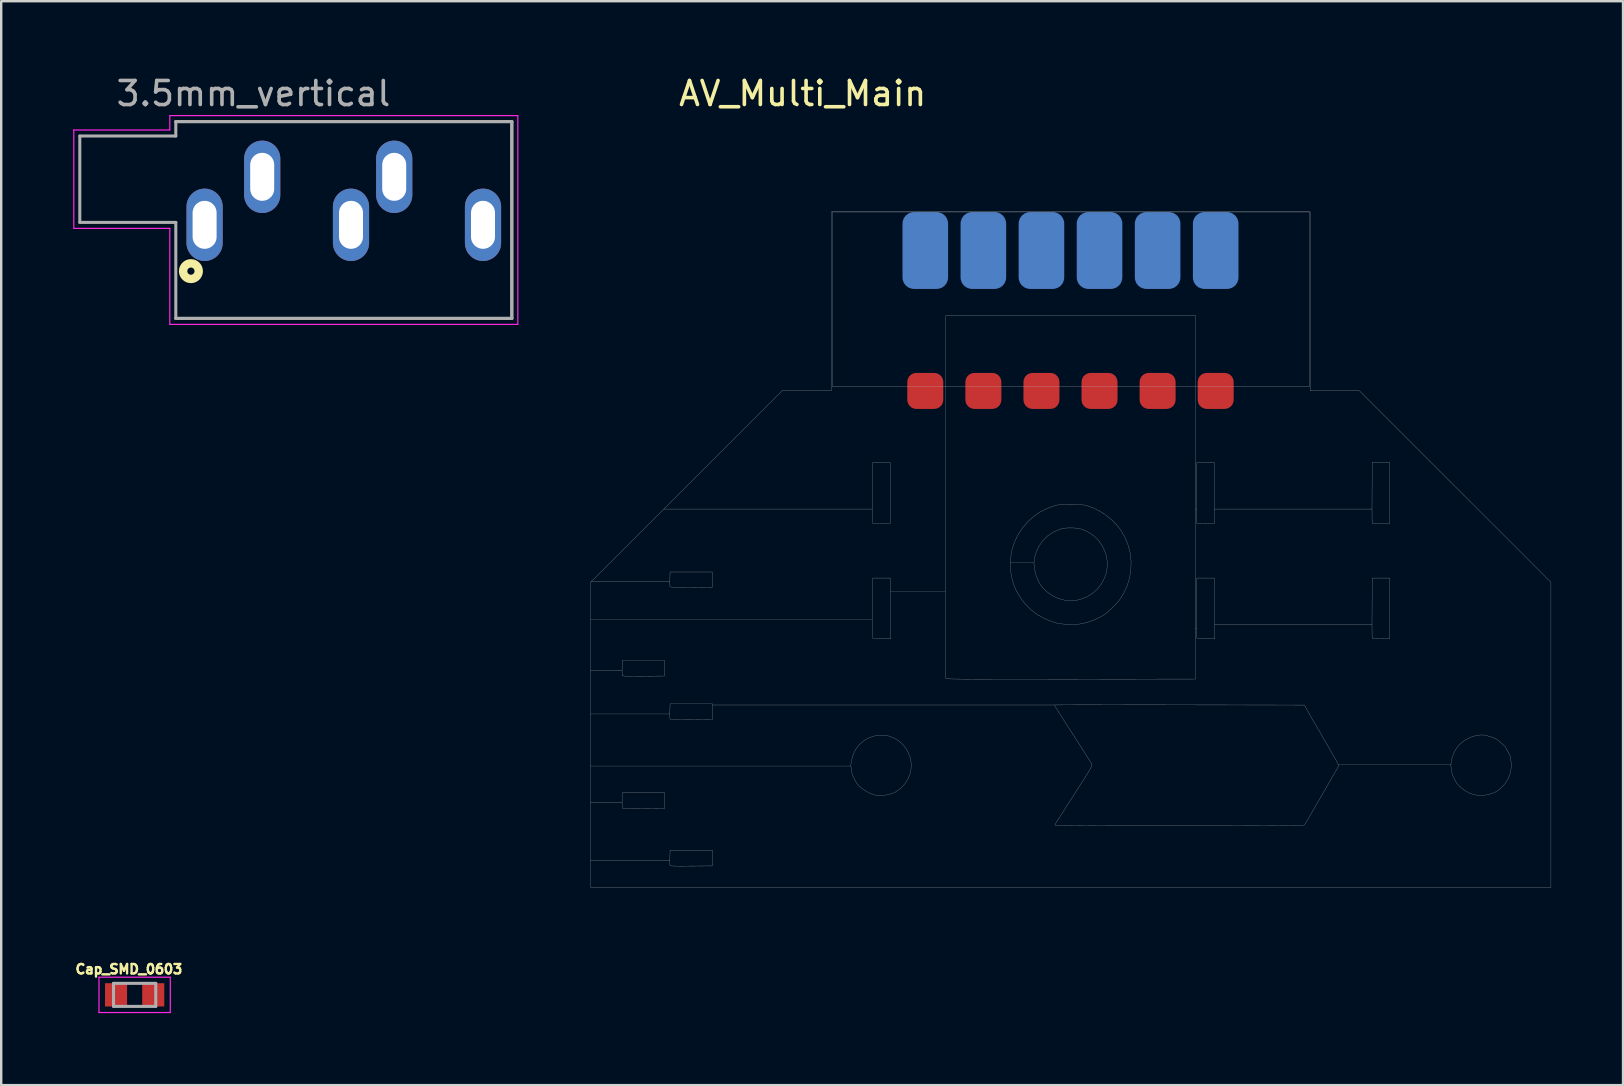
<source format=kicad_pcb>
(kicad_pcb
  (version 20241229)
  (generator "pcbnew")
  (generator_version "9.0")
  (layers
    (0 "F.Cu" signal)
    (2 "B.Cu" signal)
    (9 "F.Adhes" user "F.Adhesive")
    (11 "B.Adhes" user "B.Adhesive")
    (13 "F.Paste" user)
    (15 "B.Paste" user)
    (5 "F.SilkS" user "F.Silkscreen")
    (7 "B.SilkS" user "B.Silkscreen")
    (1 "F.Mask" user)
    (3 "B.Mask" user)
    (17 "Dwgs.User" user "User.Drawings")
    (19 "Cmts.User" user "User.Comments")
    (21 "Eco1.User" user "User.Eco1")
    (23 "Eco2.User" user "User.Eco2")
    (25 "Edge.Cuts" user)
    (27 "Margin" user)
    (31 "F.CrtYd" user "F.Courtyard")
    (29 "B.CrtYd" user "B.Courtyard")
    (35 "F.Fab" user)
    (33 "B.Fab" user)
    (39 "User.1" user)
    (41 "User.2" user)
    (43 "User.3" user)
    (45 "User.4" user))
  (footprint "3.5mm_vertical"
    (layer "F.Cu")
    (at 5.475 6.317)
    (property "Reference" "3.5mm_vertical" (at 2.035 -5.468 0) (layer "F.Fab") (effects (font (size 1.001 1.001) (thickness 0.15))))
    (attr through_hole)
    (fp_circle (center -0.57 1.93) (end -0.42 1.93) (stroke (width 0.35) (type solid)) (fill no) (layer "F.SilkS"))
    (fp_line (start -5.45 -3.95) (end -1.45 -3.95) (stroke (width 0.05) (type solid)) (layer "F.CrtYd"))
    (fp_line (start -5.45 0.15) (end -5.45 -3.95) (stroke (width 0.05) (type solid)) (layer "F.CrtYd"))
    (fp_line (start -1.45 -4.55) (end 13.05 -4.55) (stroke (width 0.05) (type solid)) (layer "F.CrtYd"))
    (fp_line (start -1.45 -3.95) (end -1.45 -4.55) (stroke (width 0.05) (type solid)) (layer "F.CrtYd"))
    (fp_line (start -1.45 0.15) (end -5.45 0.15) (stroke (width 0.05) (type solid)) (layer "F.CrtYd"))
    (fp_line (start -1.45 4.15) (end -1.45 0.15) (stroke (width 0.05) (type solid)) (layer "F.CrtYd"))
    (fp_line (start 13.05 -4.55) (end 13.05 4.15) (stroke (width 0.05) (type solid)) (layer "F.CrtYd"))
    (fp_line (start 13.05 4.15) (end -1.45 4.15) (stroke (width 0.05) (type solid)) (layer "F.CrtYd"))
    (fp_line (start -5.2 -3.7) (end -1.2 -3.7) (stroke (width 0.127) (type solid)) (layer "F.Fab"))
    (fp_line (start -5.2 -0.1) (end -5.2 -3.7) (stroke (width 0.127) (type solid)) (layer "F.Fab"))
    (fp_line (start -1.2 -4.3) (end 12.8 -4.3) (stroke (width 0.127) (type solid)) (layer "F.Fab"))
    (fp_line (start -1.2 -4.3) (end 12.8 -4.3) (stroke (width 0.127) (type solid)) (layer "F.Fab"))
    (fp_line (start -1.2 -3.7) (end -1.2 -4.3) (stroke (width 0.127) (type solid)) (layer "F.Fab"))
    (fp_line (start -1.2 -0.1) (end -5.2 -0.1) (stroke (width 0.127) (type solid)) (layer "F.Fab"))
    (fp_line (start -1.2 3.9) (end -1.2 -0.1) (stroke (width 0.127) (type solid)) (layer "F.Fab"))
    (fp_line (start 12.8 -4.3) (end 12.8 3.9) (stroke (width 0.127) (type solid)) (layer "F.Fab"))
    (fp_line (start 12.8 -4.3) (end 12.8 3.9) (stroke (width 0.127) (type solid)) (layer "F.Fab"))
    (fp_line (start 12.8 3.9) (end -1.2 3.9) (stroke (width 0.127) (type solid)) (layer "F.Fab"))
    (fp_line (start 12.8 3.9) (end -1.2 3.9) (stroke (width 0.127) (type solid)) (layer "F.Fab"))
    (pad "1" thru_hole oval (at 0 0) (size 1.508 3.016) (drill oval 1 2) (layers "*.Cu" "*.Mask"))
    (pad "2" thru_hole oval (at 2.4 -2) (size 1.508 3.016) (drill oval 1 2) (layers "*.Cu" "*.Mask"))
    (pad "3" thru_hole oval (at 7.9 -2) (size 1.508 3.016) (drill oval 1 2) (layers "*.Cu" "*.Mask"))
    (pad "4" thru_hole oval (at 11.6 0) (size 1.508 3.016) (drill oval 1 2) (layers "*.Cu" "*.Mask"))
    (pad "5" thru_hole oval (at 6.1 0) (size 1.508 3.016) (drill oval 1 2) (layers "*.Cu" "*.Mask")))
  (footprint "AV_Multi_Main"
    (layer "F.Cu")
    (at 34.753 5.788)
    (property "Reference" "AV_Multi_Main" (at -4.36 -4.94 0) (layer "F.SilkS") (effects (font (size 1 1) (thickness 0.15))))
    (attr through_hole)
    (fp_poly (pts (xy 16.784 7.449) (xy 12.047 7.449) (xy 12.04 5.881) (xy 12.034 4.312) (xy 1.627 4.312) (xy 1.62 5.881) (xy 1.614 7.449) (xy -3.148 7.449) (xy -3.148 -0.009) (xy 16.784 -0.009) (xy 16.784 7.449)) (stroke (width 0.01) (type solid)) (fill no) (layer "Eco1.User"))
    (fp_poly (pts (xy 16.769 7.264) (xy -3.128 7.264) (xy -3.128 -0.004) (xy 16.769 -0.004) (xy 16.769 7.264)) (stroke (width 0.01) (type solid)) (fill no) (layer "F.Fab"))
    (fp_poly (pts (xy 7.004 12.176) (xy 7.159 12.181) (xy 7.289 12.193) (xy 7.404 12.213) (xy 7.518 12.244) (xy 7.642 12.287) (xy 7.755 12.331) (xy 8.015 12.457) (xy 8.272 12.624) (xy 8.515 12.822) (xy 8.732 13.041) (xy 8.912 13.273) (xy 8.914 13.278) (xy 9.084 13.577) (xy 9.209 13.894) (xy 9.289 14.223) (xy 9.325 14.56) (xy 9.316 14.898) (xy 9.263 15.233) (xy 9.166 15.559) (xy 9.024 15.87) (xy 8.863 16.129) (xy 8.781 16.233) (xy 8.671 16.354) (xy 8.547 16.481) (xy 8.419 16.601) (xy 8.299 16.704) (xy 8.213 16.769) (xy 8.019 16.884) (xy 7.796 16.988) (xy 7.56 17.074) (xy 7.33 17.136) (xy 7.167 17.164) (xy 7.087 17.173) (xy 7.03 17.181) (xy 7.012 17.184) (xy 6.983 17.185) (xy 6.914 17.183) (xy 6.813 17.179) (xy 6.69 17.174) (xy 6.646 17.171) (xy 6.492 17.163) (xy 6.372 17.152) (xy 6.272 17.136) (xy 6.177 17.112) (xy 6.071 17.079) (xy 6.054 17.073) (xy 5.71 16.933) (xy 5.402 16.759) (xy 5.129 16.548) (xy 4.89 16.301) (xy 4.714 16.066) (xy 4.567 15.822) (xy 4.458 15.584) (xy 4.377 15.333) (xy 4.326 15.096) (xy 4.29 14.754) (xy 4.295 14.605) (xy 5.278 14.605) (xy 5.293 14.847) (xy 5.352 15.098) (xy 5.454 15.351) (xy 5.464 15.37) (xy 5.532 15.497) (xy 5.6 15.598) (xy 5.68 15.69) (xy 5.784 15.789) (xy 5.833 15.831) (xy 6.038 15.977) (xy 6.268 16.088) (xy 6.512 16.16) (xy 6.761 16.192) (xy 7.007 16.181) (xy 7.204 16.139) (xy 7.478 16.031) (xy 7.716 15.887) (xy 7.919 15.708) (xy 8.086 15.493) (xy 8.217 15.242) (xy 8.295 15.02) (xy 8.316 14.912) (xy 8.327 14.774) (xy 8.329 14.623) (xy 8.321 14.48) (xy 8.315 14.431) (xy 8.276 14.263) (xy 8.208 14.082) (xy 8.119 13.904) (xy 8.017 13.742) (xy 7.909 13.612) (xy 7.883 13.587) (xy 7.743 13.469) (xy 7.617 13.38) (xy 7.488 13.308) (xy 7.45 13.29) (xy 7.32 13.234) (xy 7.209 13.196) (xy 7.099 13.173) (xy 6.975 13.162) (xy 6.82 13.158) (xy 6.797 13.158) (xy 6.662 13.16) (xy 6.559 13.168) (xy 6.471 13.183) (xy 6.379 13.209) (xy 6.319 13.23) (xy 6.061 13.346) (xy 5.835 13.5) (xy 5.644 13.691) (xy 5.489 13.916) (xy 5.37 14.175) (xy 5.309 14.378) (xy 5.278 14.605) (xy 4.295 14.605) (xy 4.302 14.416) (xy 4.359 14.086) (xy 4.459 13.769) (xy 4.599 13.468) (xy 4.777 13.188) (xy 4.99 12.932) (xy 5.235 12.705) (xy 5.51 12.509) (xy 5.813 12.351) (xy 6.14 12.233) (xy 6.142 12.232) (xy 6.222 12.211) (xy 6.298 12.196) (xy 6.381 12.186) (xy 6.48 12.179) (xy 6.607 12.176) (xy 6.772 12.175) (xy 6.81 12.175) (xy 7.004 12.176)) (stroke (width 0.01) (type solid)) (fill no) (layer "F.Fab"))
    (fp_poly (pts (xy 16.789 7.448) (xy 18.842 7.448) (xy 22.83 11.436) (xy 26.818 15.423) (xy 26.818 28.136) (xy -13.198 28.136) (xy -13.198 27.008) (xy -9.893 27.008) (xy -9.892 27.111) (xy -9.89 27.186) (xy -9.885 27.221) (xy -9.873 27.23) (xy -9.842 27.238) (xy -9.786 27.243) (xy -9.702 27.247) (xy -9.585 27.249) (xy -9.432 27.25) (xy -9.236 27.249) (xy -8.996 27.248) (xy -8.12 27.241) (xy -8.12 26.586) (xy -9.884 26.586) (xy -9.891 26.887) (xy -9.893 27.008) (xy -13.198 27.008) (xy -13.198 24.614) (xy -11.884 24.614) (xy -11.883 24.717) (xy -11.88 24.792) (xy -11.876 24.827) (xy -11.864 24.837) (xy -11.832 24.844) (xy -11.777 24.849) (xy -11.693 24.853) (xy -11.576 24.855) (xy -11.422 24.856) (xy -11.227 24.856) (xy -10.987 24.854) (xy -10.111 24.848) (xy -10.111 24.192) (xy -11.875 24.192) (xy -11.882 24.493) (xy -11.884 24.614) (xy -13.198 24.614) (xy -13.198 23.08) (xy -2.355 23.08) (xy -2.354 23.09) (xy -2.344 23.124) (xy -2.332 23.19) (xy -2.326 23.235) (xy -2.313 23.323) (xy -2.299 23.4) (xy -2.294 23.424) (xy -2.272 23.485) (xy -2.23 23.573) (xy -2.178 23.673) (xy -2.122 23.768) (xy -2.081 23.831) (xy -2.009 23.912) (xy -1.903 24.002) (xy -1.778 24.092) (xy -1.646 24.171) (xy -1.53 24.226) (xy -1.442 24.261) (xy -1.371 24.282) (xy -1.3 24.294) (xy -1.214 24.298) (xy -1.097 24.297) (xy -1.065 24.296) (xy -0.917 24.29) (xy -0.812 24.278) (xy -0.739 24.26) (xy -0.712 24.247) (xy -0.649 24.218) (xy -0.6 24.205) (xy -0.598 24.205) (xy -0.554 24.192) (xy -0.49 24.161) (xy -0.472 24.151) (xy -0.268 24) (xy -0.101 23.821) (xy 0.027 23.621) (xy 0.114 23.403) (xy 0.159 23.175) (xy 0.16 22.942) (xy 0.115 22.709) (xy 0.024 22.482) (xy -0.001 22.437) (xy -0.064 22.336) (xy -0.134 22.242) (xy -0.198 22.171) (xy -0.208 22.162) (xy -0.282 22.097) (xy -0.354 22.035) (xy -0.379 22.014) (xy -0.434 21.977) (xy -0.522 21.931) (xy -0.627 21.885) (xy -0.669 21.868) (xy -0.78 21.827) (xy -0.865 21.803) (xy -0.945 21.792) (xy -1.041 21.791) (xy -1.115 21.793) (xy -1.368 21.827) (xy -1.601 21.905) (xy -1.81 22.023) (xy -1.99 22.179) (xy -2.138 22.368) (xy -2.25 22.588) (xy -2.321 22.833) (xy -2.323 22.844) (xy -2.34 22.946) (xy -2.351 23.029) (xy -2.355 23.08) (xy -13.198 23.08) (xy -13.198 20.91) (xy -9.893 20.91) (xy -9.892 21.013) (xy -9.89 21.088) (xy -9.885 21.123) (xy -9.873 21.132) (xy -9.842 21.14) (xy -9.786 21.145) (xy -9.702 21.149) (xy -9.585 21.151) (xy -9.432 21.152) (xy -9.236 21.151) (xy -8.996 21.15) (xy -8.12 21.143) (xy -8.12 20.536) (xy 6.13 20.536) (xy 6.143 20.562) (xy 6.18 20.625) (xy 6.239 20.72) (xy 6.316 20.843) (xy 6.408 20.988) (xy 6.511 21.151) (xy 6.624 21.327) (xy 6.742 21.511) (xy 6.862 21.698) (xy 6.873 21.714) (xy 6.962 21.852) (xy 7.064 22.011) (xy 7.164 22.167) (xy 7.226 22.265) (xy 7.309 22.395) (xy 7.397 22.534) (xy 7.481 22.663) (xy 7.538 22.751) (xy 7.598 22.847) (xy 7.649 22.934) (xy 7.682 22.999) (xy 7.691 23.02) (xy 7.692 23.041) (xy 7.683 23.073) (xy 7.664 23.119) (xy 7.632 23.182) (xy 7.585 23.265) (xy 7.521 23.372) (xy 7.438 23.506) (xy 7.334 23.67) (xy 7.208 23.867) (xy 7.057 24.101) (xy 6.949 24.268) (xy 6.878 24.378) (xy 6.793 24.51) (xy 6.707 24.645) (xy 6.659 24.722) (xy 6.518 24.945) (xy 6.402 25.127) (xy 6.311 25.269) (xy 6.243 25.374) (xy 6.215 25.416) (xy 6.177 25.478) (xy 6.156 25.526) (xy 6.155 25.536) (xy 6.166 25.539) (xy 6.199 25.543) (xy 6.256 25.546) (xy 6.34 25.549) (xy 6.451 25.551) (xy 6.59 25.553) (xy 6.761 25.556) (xy 6.963 25.557) (xy 7.2 25.559) (xy 7.471 25.56) (xy 7.78 25.562) (xy 8.128 25.563) (xy 8.515 25.564) (xy 8.945 25.564) (xy 9.418 25.565) (xy 9.936 25.565) (xy 10.501 25.565) (xy 11.114 25.565) (xy 11.327 25.565) (xy 11.834 25.565) (xy 12.328 25.565) (xy 12.806 25.564) (xy 13.266 25.564) (xy 13.706 25.563) (xy 14.122 25.562) (xy 14.514 25.561) (xy 14.878 25.56) (xy 15.212 25.559) (xy 15.514 25.557) (xy 15.782 25.556) (xy 16.012 25.554) (xy 16.203 25.553) (xy 16.352 25.551) (xy 16.457 25.549) (xy 16.515 25.548) (xy 16.527 25.546) (xy 16.542 25.533) (xy 16.563 25.505) (xy 16.594 25.459) (xy 16.638 25.387) (xy 16.699 25.284) (xy 16.781 25.145) (xy 16.807 25.1) (xy 16.868 24.995) (xy 16.942 24.867) (xy 17.026 24.722) (xy 17.114 24.569) (xy 17.204 24.414) (xy 17.29 24.265) (xy 17.368 24.13) (xy 17.434 24.015) (xy 17.483 23.929) (xy 17.512 23.879) (xy 17.513 23.877) (xy 17.573 23.771) (xy 17.642 23.651) (xy 17.714 23.525) (xy 17.786 23.401) (xy 17.853 23.287) (xy 17.909 23.191) (xy 17.95 23.121) (xy 17.972 23.086) (xy 17.974 23.084) (xy 17.969 23.054) (xy 17.951 23.01) (xy 22.651 23.01) (xy 22.652 23.089) (xy 22.664 23.183) (xy 22.676 23.259) (xy 22.698 23.369) (xy 22.724 23.465) (xy 22.75 23.534) (xy 22.759 23.549) (xy 22.8 23.62) (xy 22.835 23.695) (xy 22.897 23.801) (xy 22.997 23.913) (xy 23.124 24.024) (xy 23.268 24.123) (xy 23.418 24.203) (xy 23.482 24.229) (xy 23.723 24.292) (xy 23.964 24.306) (xy 24.202 24.27) (xy 24.299 24.241) (xy 24.415 24.199) (xy 24.499 24.165) (xy 24.565 24.129) (xy 24.63 24.082) (xy 24.708 24.017) (xy 24.742 23.988) (xy 24.913 23.807) (xy 25.04 23.6) (xy 25.124 23.37) (xy 25.15 23.234) (xy 25.166 23.088) (xy 25.168 22.978) (xy 25.156 22.894) (xy 25.14 22.808) (xy 25.131 22.732) (xy 25.13 22.715) (xy 25.117 22.661) (xy 25.083 22.582) (xy 25.035 22.492) (xy 25.028 22.482) (xy 24.98 22.4) (xy 24.945 22.335) (xy 24.928 22.299) (xy 24.928 22.296) (xy 24.91 22.271) (xy 24.863 22.224) (xy 24.795 22.161) (xy 24.717 22.091) (xy 24.638 22.024) (xy 24.589 21.985) (xy 24.542 21.958) (xy 24.462 21.921) (xy 24.363 21.881) (xy 24.321 21.865) (xy 24.129 21.807) (xy 23.953 21.783) (xy 23.779 21.794) (xy 23.591 21.84) (xy 23.494 21.874) (xy 23.259 21.986) (xy 23.06 22.132) (xy 22.899 22.311) (xy 22.777 22.521) (xy 22.694 22.763) (xy 22.683 22.816) (xy 22.661 22.926) (xy 22.651 23.01) (xy 17.951 23.01) (xy 17.942 22.99) (xy 17.897 22.899) (xy 17.838 22.792) (xy 17.817 22.756) (xy 17.745 22.631) (xy 17.674 22.508) (xy 17.613 22.4) (xy 17.569 22.321) (xy 17.565 22.315) (xy 17.522 22.238) (xy 17.487 22.178) (xy 17.47 22.151) (xy 17.46 22.137) (xy 17.445 22.113) (xy 17.422 22.073) (xy 17.386 22.011) (xy 17.335 21.92) (xy 17.265 21.795) (xy 17.218 21.71) (xy 17.158 21.606) (xy 17.087 21.484) (xy 17.018 21.368) (xy 17.011 21.357) (xy 16.948 21.252) (xy 16.885 21.144) (xy 16.835 21.055) (xy 16.827 21.042) (xy 16.781 20.958) (xy 16.721 20.851) (xy 16.66 20.743) (xy 16.651 20.728) (xy 16.544 20.539) (xy 11.337 20.532) (xy 10.829 20.532) (xy 10.334 20.531) (xy 9.855 20.531) (xy 9.394 20.531) (xy 8.954 20.53) (xy 8.537 20.53) (xy 8.145 20.53) (xy 7.78 20.531) (xy 7.446 20.531) (xy 7.144 20.531) (xy 6.877 20.532) (xy 6.646 20.532) (xy 6.455 20.533) (xy 6.306 20.534) (xy 6.201 20.534) (xy 6.142 20.535) (xy 6.13 20.536) (xy -8.12 20.536) (xy -8.12 20.488) (xy -9.884 20.488) (xy -9.891 20.789) (xy -9.893 20.91) (xy -13.198 20.91) (xy -13.198 19.095) (xy -11.884 19.095) (xy -11.883 19.199) (xy -11.88 19.274) (xy -11.876 19.309) (xy -11.864 19.318) (xy -11.832 19.325) (xy -11.777 19.331) (xy -11.693 19.334) (xy -11.576 19.337) (xy -11.422 19.338) (xy -11.227 19.337) (xy -10.987 19.336) (xy -10.111 19.329) (xy -10.111 18.674) (xy -11.875 18.674) (xy -11.882 18.975) (xy -11.884 19.095) (xy -13.198 19.095) (xy -13.198 17.168) (xy -1.451 17.168) (xy -1.45 17.354) (xy -1.449 17.509) (xy -1.448 17.63) (xy -1.446 17.711) (xy -1.444 17.747) (xy -1.444 17.748) (xy -1.423 17.761) (xy -1.371 17.771) (xy -1.281 17.776) (xy -1.149 17.779) (xy -1.065 17.779) (xy -0.699 17.779) (xy -0.705 16.513) (xy -0.711 15.307) (xy 1.598 15.307) (xy 1.598 15.813) (xy 1.599 16.295) (xy 1.599 16.75) (xy 1.599 17.177) (xy 1.599 17.573) (xy 1.6 17.936) (xy 1.6 18.265) (xy 1.601 18.557) (xy 1.601 18.811) (xy 1.602 19.025) (xy 1.603 19.196) (xy 1.604 19.323) (xy 1.605 19.403) (xy 1.606 19.436) (xy 1.606 19.436) (xy 1.616 19.44) (xy 1.645 19.443) (xy 1.695 19.447) (xy 1.767 19.449) (xy 1.862 19.452) (xy 1.984 19.454) (xy 2.133 19.456) (xy 2.312 19.458) (xy 2.521 19.459) (xy 2.763 19.461) (xy 3.04 19.462) (xy 3.352 19.462) (xy 3.703 19.463) (xy 4.093 19.463) (xy 4.525 19.463) (xy 4.999 19.463) (xy 5.519 19.463) (xy 6.085 19.462) (xy 6.7 19.462) (xy 6.816 19.461) (xy 12.013 19.455) (xy 12.013 17.168) (xy 12.056 17.168) (xy 12.056 17.354) (xy 12.057 17.509) (xy 12.059 17.63) (xy 12.06 17.711) (xy 12.063 17.747) (xy 12.063 17.748) (xy 12.083 17.761) (xy 12.135 17.771) (xy 12.225 17.776) (xy 12.357 17.779) (xy 12.441 17.779) (xy 12.808 17.779) (xy 12.803 16.958) (xy 19.363 16.958) (xy 19.363 17.168) (xy 19.364 17.354) (xy 19.365 17.51) (xy 19.366 17.63) (xy 19.368 17.711) (xy 19.37 17.748) (xy 19.371 17.749) (xy 19.388 17.762) (xy 19.434 17.77) (xy 19.513 17.775) (xy 19.633 17.775) (xy 19.743 17.774) (xy 20.102 17.767) (xy 20.102 15.247) (xy 19.371 15.247) (xy 19.365 16.482) (xy 19.364 16.727) (xy 19.363 16.958) (xy 12.803 16.958) (xy 12.801 16.513) (xy 12.795 15.247) (xy 12.064 15.247) (xy 12.057 16.482) (xy 12.056 16.727) (xy 12.056 16.957) (xy 12.056 17.168) (xy 12.013 17.168) (xy 12.013 12.16) (xy 12.056 12.16) (xy 12.056 12.372) (xy 12.056 12.559) (xy 12.057 12.716) (xy 12.059 12.838) (xy 12.06 12.921) (xy 12.063 12.959) (xy 12.063 12.961) (xy 12.081 12.974) (xy 12.126 12.983) (xy 12.206 12.987) (xy 12.325 12.988) (xy 12.435 12.986) (xy 12.795 12.979) (xy 12.795 12.16) (xy 19.363 12.16) (xy 19.363 12.372) (xy 19.364 12.559) (xy 19.365 12.716) (xy 19.366 12.838) (xy 19.368 12.921) (xy 19.37 12.959) (xy 19.371 12.961) (xy 19.388 12.974) (xy 19.434 12.983) (xy 19.513 12.987) (xy 19.633 12.988) (xy 19.743 12.986) (xy 20.102 12.979) (xy 20.102 10.434) (xy 19.371 10.434) (xy 19.365 11.681) (xy 19.364 11.928) (xy 19.363 12.16) (xy 12.795 12.16) (xy 12.795 10.434) (xy 12.064 10.434) (xy 12.057 11.681) (xy 12.056 11.928) (xy 12.056 12.16) (xy 12.013 12.16) (xy 12.013 4.311) (xy 1.607 4.311) (xy 1.6 11.858) (xy 1.6 12.471) (xy 1.599 13.072) (xy 1.599 13.658) (xy 1.599 14.227) (xy 1.599 14.777) (xy 1.598 15.307) (xy -0.711 15.307) (xy -0.712 15.247) (xy -1.442 15.247) (xy -1.449 16.482) (xy -1.45 16.727) (xy -1.451 16.957) (xy -1.451 17.168) (xy -13.198 17.168) (xy -13.198 15.423) (xy -13.175 15.401) (xy -9.893 15.401) (xy -9.892 15.502) (xy -9.89 15.574) (xy -9.885 15.605) (xy -9.873 15.614) (xy -9.842 15.621) (xy -9.787 15.627) (xy -9.703 15.63) (xy -9.587 15.633) (xy -9.434 15.633) (xy -9.239 15.633) (xy -8.998 15.632) (xy -8.996 15.632) (xy -8.12 15.625) (xy -8.12 14.995) (xy -9.884 14.995) (xy -9.891 15.283) (xy -9.893 15.401) (xy -13.175 15.401) (xy -9.934 12.16) (xy -1.451 12.16) (xy -1.451 12.372) (xy -1.45 12.559) (xy -1.449 12.716) (xy -1.448 12.838) (xy -1.446 12.921) (xy -1.444 12.959) (xy -1.443 12.961) (xy -1.425 12.974) (xy -1.38 12.983) (xy -1.301 12.987) (xy -1.181 12.988) (xy -1.071 12.986) (xy -0.712 12.979) (xy -0.712 10.434) (xy -1.442 10.434) (xy -1.449 11.681) (xy -1.45 11.928) (xy -1.451 12.16) (xy -9.934 12.16) (xy -9.21 11.436) (xy -5.222 7.448) (xy -3.169 7.448) (xy -3.169 -0.011) (xy 16.789 -0.011) (xy 16.789 7.448)) (stroke (width 0.01) (type solid)) (fill no) (layer "F.Fab"))
    (pad "1" connect roundrect (at 12.85 7.45) (size 1.5 1.5) (layers "F.Cu" "F.Mask") (roundrect_rratio 0.25))
    (pad "2" connect roundrect (at 12.85 1.6) (size 1.9 3.2) (layers "B.Cu" "B.Mask") (roundrect_rratio 0.25))
    (pad "3" connect roundrect (at 10.43 7.45) (size 1.5 1.5) (layers "F.Cu" "F.Mask") (roundrect_rratio 0.25))
    (pad "4" connect roundrect (at 10.43 1.6) (size 1.9 3.2) (layers "B.Cu" "B.Mask") (roundrect_rratio 0.25))
    (pad "5" connect roundrect (at 8.01 7.45) (size 1.5 1.5) (layers "F.Cu" "F.Mask") (roundrect_rratio 0.25))
    (pad "6" connect roundrect (at 8.01 1.6) (size 1.9 3.2) (layers "B.Cu" "B.Mask") (roundrect_rratio 0.25))
    (pad "7" connect roundrect (at 5.59 7.45) (size 1.5 1.5) (layers "F.Cu" "F.Mask") (roundrect_rratio 0.25))
    (pad "8" connect roundrect (at 5.59 1.6) (size 1.9 3.2) (layers "B.Cu" "B.Mask") (roundrect_rratio 0.25))
    (pad "9" connect roundrect (at 3.17 7.45) (size 1.5 1.5) (layers "F.Cu" "F.Mask") (roundrect_rratio 0.25))
    (pad "10" connect roundrect (at 3.17 1.6) (size 1.9 3.2) (layers "B.Cu" "B.Mask") (roundrect_rratio 0.25))
    (pad "11" connect roundrect (at 0.75 7.45) (size 1.5 1.5) (layers "F.Cu" "F.Mask") (roundrect_rratio 0.25))
    (pad "12" connect roundrect (at 0.75 1.6) (size 1.9 3.2) (layers "B.Cu" "B.Mask") (roundrect_rratio 0.25)))
  (footprint "Cap_SMD_0603"
    (layer "F.Cu")
    (at 2.56 38.402)
    (property "Reference" "Cap_SMD_0603" (at -0.24 -1.07 0) (layer "F.SilkS") (effects (font (size 0.394 0.394) (thickness 0.15))))
    (attr through_hole)
    (fp_line (start -1.485 -0.735) (end 1.485 -0.735) (stroke (width 0.05) (type solid)) (layer "F.CrtYd"))
    (fp_line (start -1.485 0.735) (end -1.485 -0.735) (stroke (width 0.05) (type solid)) (layer "F.CrtYd"))
    (fp_line (start -1.485 0.735) (end 1.485 0.735) (stroke (width 0.05) (type solid)) (layer "F.CrtYd"))
    (fp_line (start 1.485 0.735) (end 1.485 -0.735) (stroke (width 0.05) (type solid)) (layer "F.CrtYd"))
    (fp_line (start -0.88 0.48) (end -0.88 -0.48) (stroke (width 0.127) (type solid)) (layer "F.Fab"))
    (fp_line (start 0.88 -0.48) (end -0.88 -0.48) (stroke (width 0.127) (type solid)) (layer "F.Fab"))
    (fp_line (start 0.88 0.48) (end -0.88 0.48) (stroke (width 0.127) (type solid)) (layer "F.Fab"))
    (fp_line (start 0.88 0.48) (end 0.88 -0.48) (stroke (width 0.127) (type solid)) (layer "F.Fab"))
    (pad "1" smd rect (at -0.775 0) (size 0.92 0.97) (layers "F.Cu" "F.Mask" "F.Paste"))
    (pad "2" smd rect (at 0.775 0) (size 0.92 0.97) (layers "F.Cu" "F.Mask" "F.Paste")))
  (gr_rect
    (start -3 -3)
    (end 64.575 42.162)
    (stroke (width 0.1) (type default))
    (fill no)
    (layer "Edge.Cuts")))
</source>
